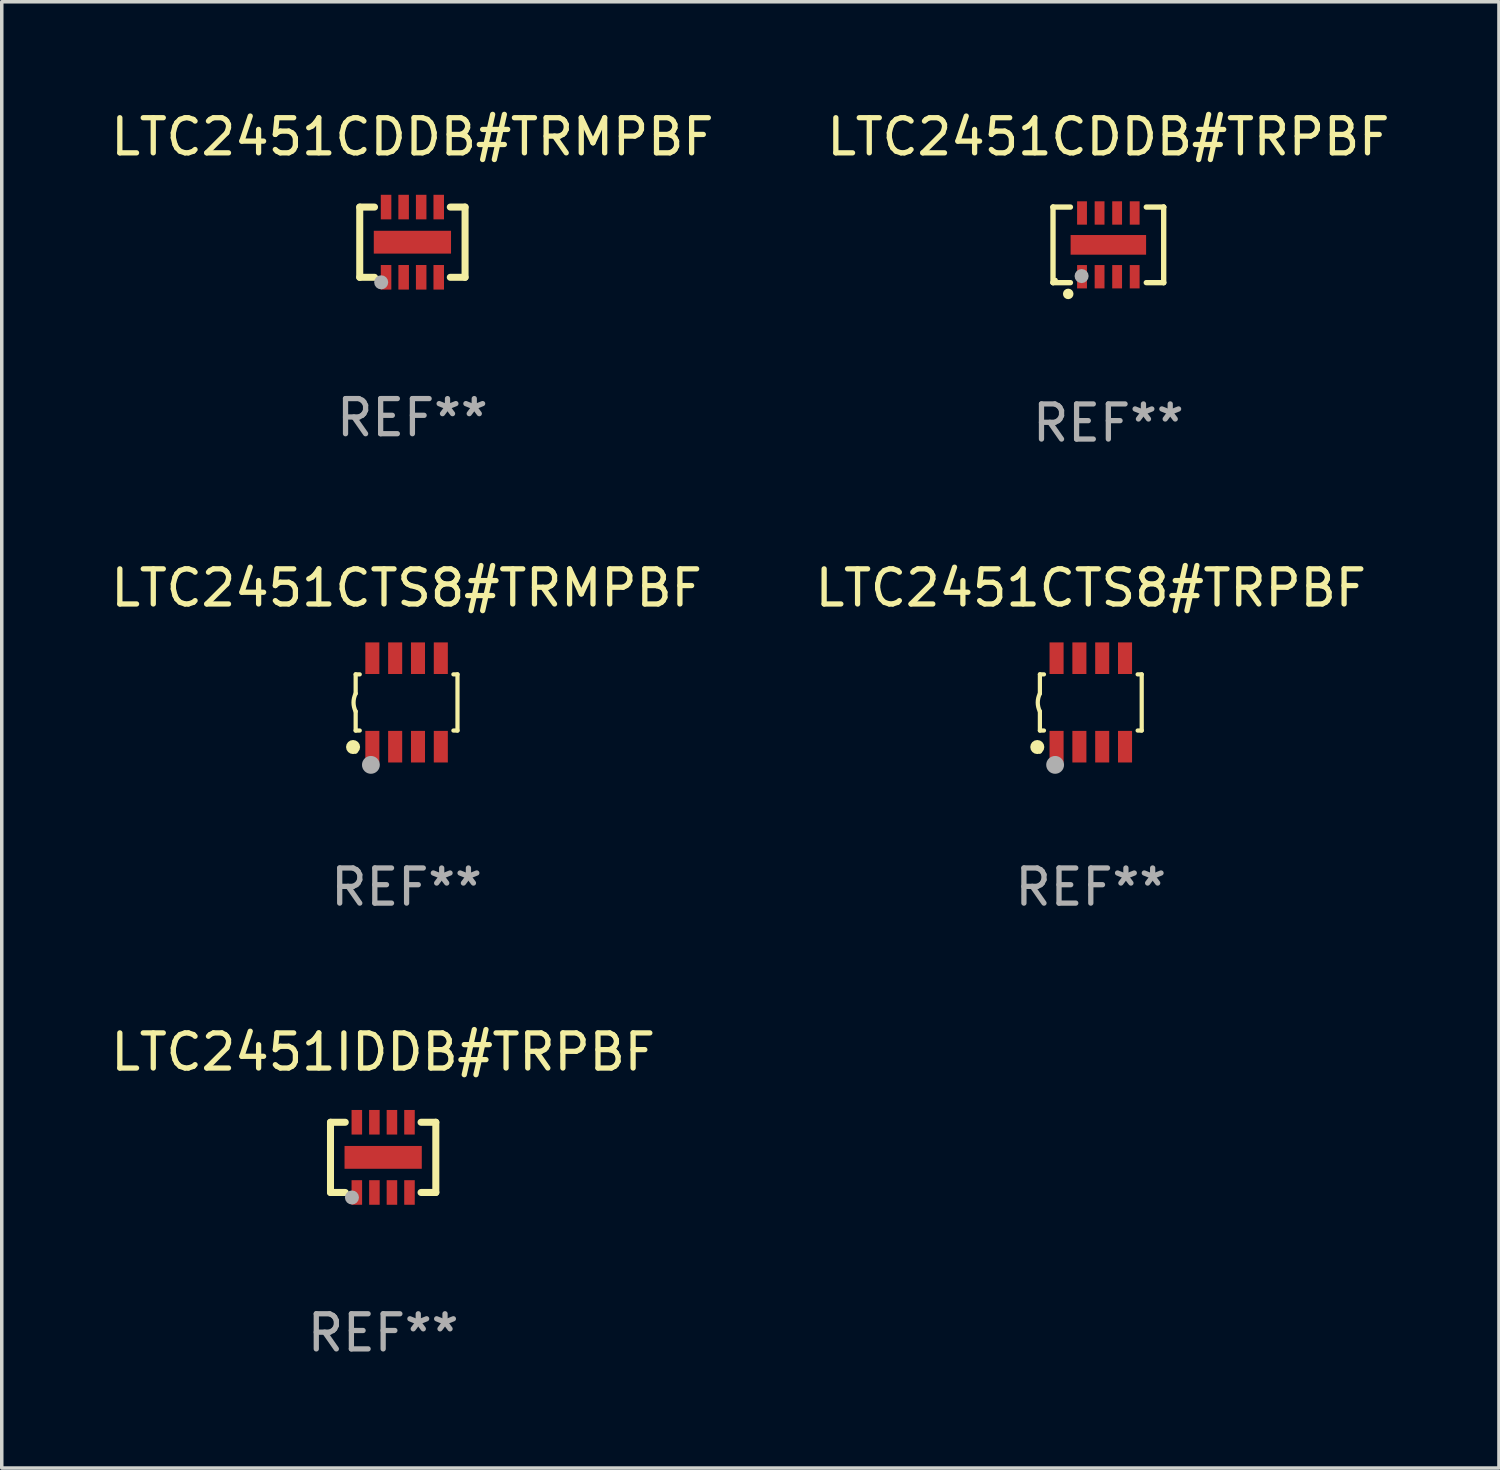
<source format=kicad_pcb>
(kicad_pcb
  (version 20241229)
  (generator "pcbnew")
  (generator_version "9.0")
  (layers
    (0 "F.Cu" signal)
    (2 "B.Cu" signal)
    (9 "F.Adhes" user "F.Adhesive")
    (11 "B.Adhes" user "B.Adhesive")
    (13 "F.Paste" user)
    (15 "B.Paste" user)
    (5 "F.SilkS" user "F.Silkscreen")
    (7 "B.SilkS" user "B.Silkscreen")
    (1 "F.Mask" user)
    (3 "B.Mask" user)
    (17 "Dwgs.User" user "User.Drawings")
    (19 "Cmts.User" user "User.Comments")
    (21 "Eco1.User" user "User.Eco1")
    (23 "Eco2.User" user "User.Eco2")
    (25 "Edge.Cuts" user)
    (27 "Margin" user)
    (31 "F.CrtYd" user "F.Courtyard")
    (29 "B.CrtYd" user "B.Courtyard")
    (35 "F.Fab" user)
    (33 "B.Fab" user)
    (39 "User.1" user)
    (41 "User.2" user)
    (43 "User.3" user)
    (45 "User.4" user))
  (footprint "LTC2451CTS8#TRPBF"
    (layer "F.Cu")
    (at 28.018 16.957)
    (property "Reference" "LTC2451CTS8#TRPBF" (at 0 -3.26 0) (layer "F.SilkS") (effects (font (size 1 1) (thickness 0.15))))
    (attr through_hole)
    (fp_line (start -1.45 -0.8) (end -1.45 -0.254) (stroke (width 0.12) (type solid)) (layer "F.SilkS"))
    (fp_line (start -1.45 -0.8) (end -1.334 -0.8) (stroke (width 0.12) (type solid)) (layer "F.SilkS"))
    (fp_line (start -1.45 0.8) (end -1.45 0.254) (stroke (width 0.12) (type solid)) (layer "F.SilkS"))
    (fp_line (start -1.45 0.8) (end -1.334 0.8) (stroke (width 0.12) (type solid)) (layer "F.SilkS"))
    (fp_line (start 1.334 -0.8) (end 1.45 -0.8) (stroke (width 0.12) (type solid)) (layer "F.SilkS"))
    (fp_line (start 1.334 0.8) (end 1.45 0.8) (stroke (width 0.12) (type solid)) (layer "F.SilkS"))
    (fp_line (start 1.45 0.8) (end 1.45 -0.8) (stroke (width 0.12) (type solid)) (layer "F.SilkS"))
    (fp_arc (start -1.45075 0.255144) (mid -1.510605 0.000434) (end -1.450013 -0.254102) (stroke (width 0.11999) (type solid)) (layer "F.SilkS"))
    (fp_circle (center -1.524 1.27) (end -1.424 1.27) (stroke (width 0.2) (type solid)) (fill no) (layer "F.SilkS"))
    (fp_circle (center -1.45 1.4) (end -1.42 1.4) (stroke (width 0.06) (type solid)) (fill no) (layer "F.SilkS"))
    (fp_circle (center -1.016 1.778) (end -0.889 1.778) (stroke (width 0.254) (type solid)) (fill no) (layer "F.Fab"))
    (fp_text user "REF**" (at 0 5.26 0) (layer "F.Fab") (effects (font (size 1 1) (thickness 0.15))))
    (pad "1" smd rect (at -0.975 1.26) (size 0.4 0.9) (layers "F.Cu" "F.Mask" "F.Paste"))
    (pad "2" smd rect (at -0.325 1.26) (size 0.4 0.9) (layers "F.Cu" "F.Mask" "F.Paste"))
    (pad "3" smd rect (at 0.325 1.26) (size 0.4 0.9) (layers "F.Cu" "F.Mask" "F.Paste"))
    (pad "4" smd rect (at 0.975 1.26) (size 0.4 0.9) (layers "F.Cu" "F.Mask" "F.Paste"))
    (pad "5" smd rect (at 0.975 -1.26) (size 0.4 0.9) (layers "F.Cu" "F.Mask" "F.Paste"))
    (pad "6" smd rect (at 0.325 -1.26) (size 0.4 0.9) (layers "F.Cu" "F.Mask" "F.Paste"))
    (pad "7" smd rect (at -0.325 -1.26) (size 0.4 0.9) (layers "F.Cu" "F.Mask" "F.Paste"))
    (pad "8" smd rect (at -0.975 -1.26) (size 0.4 0.9) (layers "F.Cu" "F.Mask" "F.Paste")))
  (footprint "LTC2451CDDB#TRPBF"
    (layer "F.Cu")
    (at 28.518 3.924)
    (property "Reference" "LTC2451CDDB#TRPBF" (at 0 -3.076 0) (layer "F.SilkS") (effects (font (size 1 1) (thickness 0.15))))
    (attr through_hole)
    (fp_line (start -1.576 -1.076) (end -1.576 -1.076) (stroke (width 0.152) (type solid)) (layer "F.SilkS"))
    (fp_line (start -1.576 -1.076) (end -1.08 -1.076) (stroke (width 0.152) (type solid)) (layer "F.SilkS"))
    (fp_line (start -1.576 1.076) (end -1.576 -1.076) (stroke (width 0.152) (type solid)) (layer "F.SilkS"))
    (fp_line (start -1.576 1.076) (end -1.576 1.076) (stroke (width 0.152) (type solid)) (layer "F.SilkS"))
    (fp_line (start -1.08 1.076) (end -1.576 1.076) (stroke (width 0.152) (type solid)) (layer "F.SilkS"))
    (fp_line (start 1.08 1.076) (end 1.576 1.076) (stroke (width 0.152) (type solid)) (layer "F.SilkS"))
    (fp_line (start 1.576 -1.076) (end 1.08 -1.076) (stroke (width 0.152) (type solid)) (layer "F.SilkS"))
    (fp_line (start 1.576 -1.076) (end 1.576 -1.076) (stroke (width 0.152) (type solid)) (layer "F.SilkS"))
    (fp_line (start 1.576 1.076) (end 1.576 -1.076) (stroke (width 0.152) (type solid)) (layer "F.SilkS"))
    (fp_line (start 1.576 1.076) (end 1.576 1.076) (stroke (width 0.152) (type solid)) (layer "F.SilkS"))
    (fp_circle (center -1.5 1) (end -1.47 1) (stroke (width 0.06) (type solid)) (fill no) (layer "F.SilkS"))
    (fp_circle (center -1.143 1.397) (end -1.068 1.397) (stroke (width 0.15) (type solid)) (fill no) (layer "F.SilkS"))
    (fp_circle (center -0.762 0.889) (end -0.662 0.889) (stroke (width 0.2) (type solid)) (fill no) (layer "F.Fab"))
    (fp_text user "REF**" (at 0 5.076 0) (layer "F.Fab") (effects (font (size 1 1) (thickness 0.15))))
    (pad "1" smd rect (at -0.75 0.908) (size 0.28 0.665) (layers "F.Cu" "F.Mask" "F.Paste"))
    (pad "2" smd rect (at -0.25 0.908) (size 0.28 0.665) (layers "F.Cu" "F.Mask" "F.Paste"))
    (pad "3" smd rect (at 0.25 0.908) (size 0.28 0.665) (layers "F.Cu" "F.Mask" "F.Paste"))
    (pad "4" smd rect (at 0.75 0.908) (size 0.28 0.665) (layers "F.Cu" "F.Mask" "F.Paste"))
    (pad "5" smd rect (at 0.75 -0.908) (size 0.28 0.665) (layers "F.Cu" "F.Mask" "F.Paste"))
    (pad "6" smd rect (at 0.25 -0.908) (size 0.28 0.665) (layers "F.Cu" "F.Mask" "F.Paste"))
    (pad "7" smd rect (at -0.25 -0.908) (size 0.28 0.665) (layers "F.Cu" "F.Mask" "F.Paste"))
    (pad "8" smd rect (at -0.75 -0.908) (size 0.28 0.665) (layers "F.Cu" "F.Mask" "F.Paste"))
    (pad "9" smd rect (at 0 0) (size 2.15 0.56) (layers "F.Cu" "F.Mask" "F.Paste")))
  (footprint "LTC2451CTS8#TRMPBF"
    (layer "F.Cu")
    (at 8.53 16.957)
    (property "Reference" "LTC2451CTS8#TRMPBF" (at 0 -3.26 0) (layer "F.SilkS") (effects (font (size 1 1) (thickness 0.15))))
    (attr through_hole)
    (fp_line (start -1.45 -0.8) (end -1.45 -0.254) (stroke (width 0.12) (type solid)) (layer "F.SilkS"))
    (fp_line (start -1.45 -0.8) (end -1.334 -0.8) (stroke (width 0.12) (type solid)) (layer "F.SilkS"))
    (fp_line (start -1.45 0.8) (end -1.45 0.254) (stroke (width 0.12) (type solid)) (layer "F.SilkS"))
    (fp_line (start -1.45 0.8) (end -1.334 0.8) (stroke (width 0.12) (type solid)) (layer "F.SilkS"))
    (fp_line (start 1.334 -0.8) (end 1.45 -0.8) (stroke (width 0.12) (type solid)) (layer "F.SilkS"))
    (fp_line (start 1.334 0.8) (end 1.45 0.8) (stroke (width 0.12) (type solid)) (layer "F.SilkS"))
    (fp_line (start 1.45 0.8) (end 1.45 -0.8) (stroke (width 0.12) (type solid)) (layer "F.SilkS"))
    (fp_arc (start -1.45075 0.255144) (mid -1.510605 0.000434) (end -1.450013 -0.254102) (stroke (width 0.11999) (type solid)) (layer "F.SilkS"))
    (fp_circle (center -1.524 1.27) (end -1.424 1.27) (stroke (width 0.2) (type solid)) (fill no) (layer "F.SilkS"))
    (fp_circle (center -1.45 1.4) (end -1.42 1.4) (stroke (width 0.06) (type solid)) (fill no) (layer "F.SilkS"))
    (fp_circle (center -1.016 1.778) (end -0.889 1.778) (stroke (width 0.254) (type solid)) (fill no) (layer "F.Fab"))
    (fp_text user "REF**" (at 0 5.26 0) (layer "F.Fab") (effects (font (size 1 1) (thickness 0.15))))
    (pad "1" smd rect (at -0.975 1.26) (size 0.4 0.9) (layers "F.Cu" "F.Mask" "F.Paste"))
    (pad "2" smd rect (at -0.325 1.26) (size 0.4 0.9) (layers "F.Cu" "F.Mask" "F.Paste"))
    (pad "3" smd rect (at 0.325 1.26) (size 0.4 0.9) (layers "F.Cu" "F.Mask" "F.Paste"))
    (pad "4" smd rect (at 0.975 1.26) (size 0.4 0.9) (layers "F.Cu" "F.Mask" "F.Paste"))
    (pad "5" smd rect (at 0.975 -1.26) (size 0.4 0.9) (layers "F.Cu" "F.Mask" "F.Paste"))
    (pad "6" smd rect (at 0.325 -1.26) (size 0.4 0.9) (layers "F.Cu" "F.Mask" "F.Paste"))
    (pad "7" smd rect (at -0.325 -1.26) (size 0.4 0.9) (layers "F.Cu" "F.Mask" "F.Paste"))
    (pad "8" smd rect (at -0.975 -1.26) (size 0.4 0.9) (layers "F.Cu" "F.Mask" "F.Paste")))
  (footprint "LTC2451CDDB#TRMPBF"
    (layer "F.Cu")
    (at 8.696 3.848)
    (property "Reference" "LTC2451CDDB#TRMPBF" (at 0 -3 0) (layer "F.SilkS") (effects (font (size 1 1) (thickness 0.15))))
    (attr through_hole)
    (fp_line (start -1.5 1) (end -1.5 -1) (stroke (width 0.2) (type solid)) (layer "F.SilkS"))
    (fp_line (start -1.5 1) (end -1.079 1) (stroke (width 0.2) (type solid)) (layer "F.SilkS"))
    (fp_line (start -1.079 -1) (end -1.5 -1) (stroke (width 0.2) (type solid)) (layer "F.SilkS"))
    (fp_line (start 1.079 1) (end 1.5 1) (stroke (width 0.2) (type solid)) (layer "F.SilkS"))
    (fp_line (start 1.5 -1) (end 1.079 -1) (stroke (width 0.2) (type solid)) (layer "F.SilkS"))
    (fp_line (start 1.5 1) (end 1.5 -1) (stroke (width 0.2) (type solid)) (layer "F.SilkS"))
    (fp_circle (center -1.5 1) (end -1.47 1) (stroke (width 0.06) (type solid)) (fill no) (layer "F.SilkS"))
    (fp_circle (center -0.889 1.143) (end -0.789 1.143) (stroke (width 0.2) (type solid)) (fill no) (layer "F.Fab"))
    (fp_text user "REF**" (at 0 5 0) (layer "F.Fab") (effects (font (size 1 1) (thickness 0.15))))
    (pad "1" smd rect (at -0.75 1 90) (size 0.7 0.3) (layers "F.Cu" "F.Mask" "F.Paste"))
    (pad "2" smd rect (at -0.249 1 90) (size 0.7 0.3) (layers "F.Cu" "F.Mask" "F.Paste"))
    (pad "3" smd rect (at 0.25 1 90) (size 0.7 0.3) (layers "F.Cu" "F.Mask" "F.Paste"))
    (pad "4" smd rect (at 0.75 1 90) (size 0.7 0.3) (layers "F.Cu" "F.Mask" "F.Paste"))
    (pad "5" smd rect (at 0.75 -1 90) (size 0.7 0.3) (layers "F.Cu" "F.Mask" "F.Paste"))
    (pad "6" smd rect (at 0.25 -1 90) (size 0.7 0.3) (layers "F.Cu" "F.Mask" "F.Paste"))
    (pad "7" smd rect (at -0.25 -1 90) (size 0.7 0.3) (layers "F.Cu" "F.Mask" "F.Paste"))
    (pad "8" smd rect (at -0.75 -1 90) (size 0.7 0.3) (layers "F.Cu" "F.Mask" "F.Paste"))
    (pad "9" smd rect (at 0 0 180) (size 2.2 0.65) (layers "F.Cu" "F.Mask" "F.Paste")))
  (footprint "LTC2451IDDB#TRPBF"
    (layer "F.Cu")
    (at 7.863 29.914)
    (property "Reference" "LTC2451IDDB#TRPBF" (at 0 -3 0) (layer "F.SilkS") (effects (font (size 1 1) (thickness 0.15))))
    (attr through_hole)
    (fp_line (start -1.5 1) (end -1.5 -1) (stroke (width 0.2) (type solid)) (layer "F.SilkS"))
    (fp_line (start -1.5 1) (end -1.079 1) (stroke (width 0.2) (type solid)) (layer "F.SilkS"))
    (fp_line (start -1.079 -1) (end -1.5 -1) (stroke (width 0.2) (type solid)) (layer "F.SilkS"))
    (fp_line (start 1.079 1) (end 1.5 1) (stroke (width 0.2) (type solid)) (layer "F.SilkS"))
    (fp_line (start 1.5 -1) (end 1.079 -1) (stroke (width 0.2) (type solid)) (layer "F.SilkS"))
    (fp_line (start 1.5 1) (end 1.5 -1) (stroke (width 0.2) (type solid)) (layer "F.SilkS"))
    (fp_circle (center -1.5 1) (end -1.47 1) (stroke (width 0.06) (type solid)) (fill no) (layer "F.SilkS"))
    (fp_circle (center -0.889 1.143) (end -0.789 1.143) (stroke (width 0.2) (type solid)) (fill no) (layer "F.Fab"))
    (fp_text user "REF**" (at 0 5 0) (layer "F.Fab") (effects (font (size 1 1) (thickness 0.15))))
    (pad "1" smd rect (at -0.75 1 90) (size 0.7 0.3) (layers "F.Cu" "F.Mask" "F.Paste"))
    (pad "2" smd rect (at -0.249 1 90) (size 0.7 0.3) (layers "F.Cu" "F.Mask" "F.Paste"))
    (pad "3" smd rect (at 0.25 1 90) (size 0.7 0.3) (layers "F.Cu" "F.Mask" "F.Paste"))
    (pad "4" smd rect (at 0.75 1 90) (size 0.7 0.3) (layers "F.Cu" "F.Mask" "F.Paste"))
    (pad "5" smd rect (at 0.75 -1 90) (size 0.7 0.3) (layers "F.Cu" "F.Mask" "F.Paste"))
    (pad "6" smd rect (at 0.25 -1 90) (size 0.7 0.3) (layers "F.Cu" "F.Mask" "F.Paste"))
    (pad "7" smd rect (at -0.25 -1 90) (size 0.7 0.3) (layers "F.Cu" "F.Mask" "F.Paste"))
    (pad "8" smd rect (at -0.75 -1 90) (size 0.7 0.3) (layers "F.Cu" "F.Mask" "F.Paste"))
    (pad "9" smd rect (at 0 0 180) (size 2.2 0.65) (layers "F.Cu" "F.Mask" "F.Paste")))
  (gr_rect
    (start -3 -3)
    (end 39.643 38.762)
    (stroke (width 0.1) (type default))
    (fill no)
    (layer "Edge.Cuts")))
</source>
